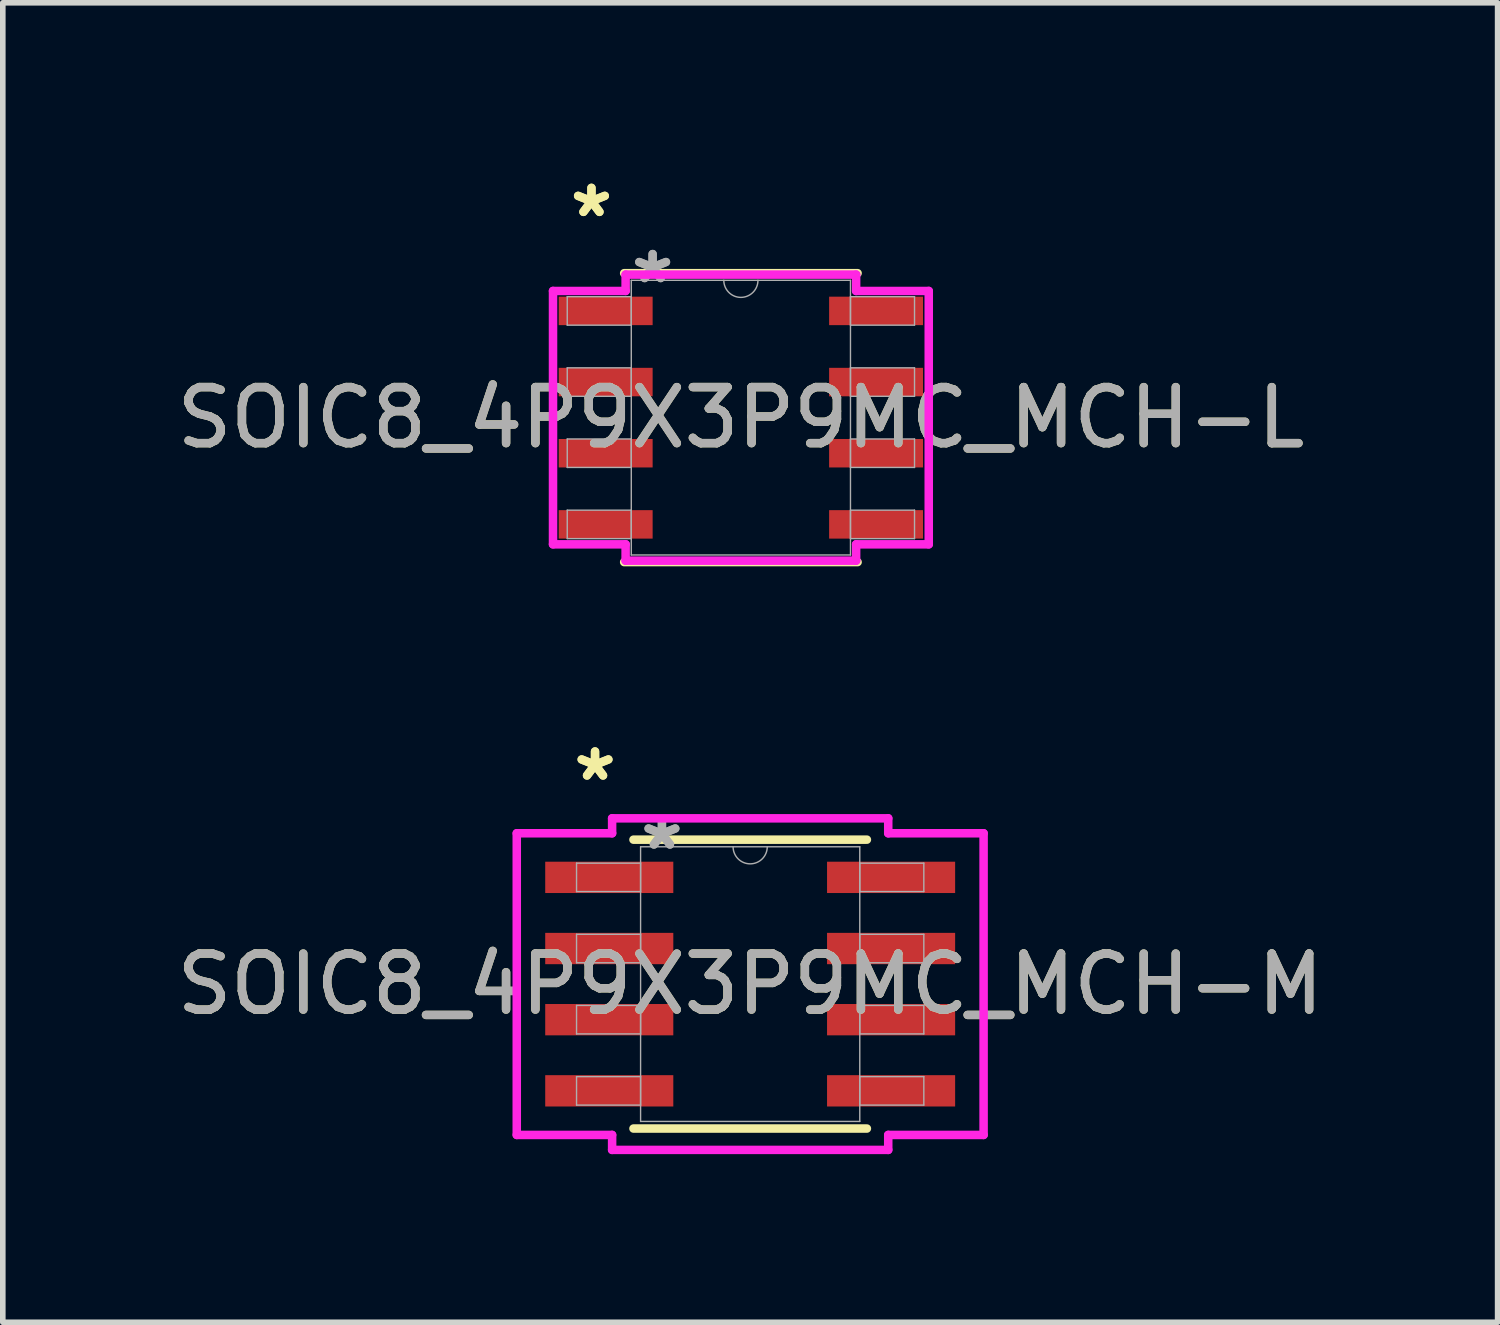
<source format=kicad_pcb>
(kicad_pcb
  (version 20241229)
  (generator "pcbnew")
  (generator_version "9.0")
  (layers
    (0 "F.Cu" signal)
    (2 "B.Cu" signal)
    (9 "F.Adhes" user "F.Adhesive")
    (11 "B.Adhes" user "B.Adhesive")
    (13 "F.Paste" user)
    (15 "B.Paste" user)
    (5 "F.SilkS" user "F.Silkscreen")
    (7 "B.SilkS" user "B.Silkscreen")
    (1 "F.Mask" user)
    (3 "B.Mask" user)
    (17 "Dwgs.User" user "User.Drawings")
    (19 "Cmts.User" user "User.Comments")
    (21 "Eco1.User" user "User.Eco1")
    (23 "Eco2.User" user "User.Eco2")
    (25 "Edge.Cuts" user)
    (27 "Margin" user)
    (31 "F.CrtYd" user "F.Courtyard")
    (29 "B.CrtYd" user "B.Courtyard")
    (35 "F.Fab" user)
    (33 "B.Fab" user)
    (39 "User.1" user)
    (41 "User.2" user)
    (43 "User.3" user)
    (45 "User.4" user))
  (footprint "SOIC8_4P9X3P9MC_MCH-L"
    (layer "F.Cu")
    (at 10.173 4.404)
    (property "Reference" "SOIC8_4P9X3P9MC_MCH-L" (at 0 0 0) (unlocked yes) (layer "F.SilkS") (effects (font (size 1 1) (thickness 0.15))))
    (attr smd)
    (fp_line (start -2.083 2.578) (end 2.083 2.578) (stroke (width 0.152) (type solid)) (layer "F.SilkS"))
    (fp_line (start 2.083 -2.578) (end -2.083 -2.578) (stroke (width 0.152) (type solid)) (layer "F.SilkS"))
    (fp_line (start -3.353 -2.261) (end -2.057 -2.261) (stroke (width 0.152) (type solid)) (layer "F.CrtYd"))
    (fp_line (start -3.353 2.261) (end -3.353 -2.261) (stroke (width 0.152) (type solid)) (layer "F.CrtYd"))
    (fp_line (start -3.353 2.261) (end -2.057 2.261) (stroke (width 0.152) (type solid)) (layer "F.CrtYd"))
    (fp_line (start -2.057 -2.553) (end 2.057 -2.553) (stroke (width 0.152) (type solid)) (layer "F.CrtYd"))
    (fp_line (start -2.057 -2.261) (end -2.057 -2.553) (stroke (width 0.152) (type solid)) (layer "F.CrtYd"))
    (fp_line (start -2.057 2.553) (end -2.057 2.261) (stroke (width 0.152) (type solid)) (layer "F.CrtYd"))
    (fp_line (start 2.057 -2.553) (end 2.057 -2.261) (stroke (width 0.152) (type solid)) (layer "F.CrtYd"))
    (fp_line (start 2.057 2.261) (end 2.057 2.553) (stroke (width 0.152) (type solid)) (layer "F.CrtYd"))
    (fp_line (start 2.057 2.553) (end -2.057 2.553) (stroke (width 0.152) (type solid)) (layer "F.CrtYd"))
    (fp_line (start 3.353 -2.261) (end 2.057 -2.261) (stroke (width 0.152) (type solid)) (layer "F.CrtYd"))
    (fp_line (start 3.353 -2.261) (end 3.353 2.261) (stroke (width 0.152) (type solid)) (layer "F.CrtYd"))
    (fp_line (start 3.353 2.261) (end 2.057 2.261) (stroke (width 0.152) (type solid)) (layer "F.CrtYd"))
    (fp_line (start -3.099 -2.159) (end -3.099 -1.651) (stroke (width 0.025) (type solid)) (layer "F.Fab"))
    (fp_line (start -3.099 -1.651) (end -1.956 -1.651) (stroke (width 0.025) (type solid)) (layer "F.Fab"))
    (fp_line (start -3.099 -0.889) (end -3.099 -0.381) (stroke (width 0.025) (type solid)) (layer "F.Fab"))
    (fp_line (start -3.099 -0.381) (end -1.956 -0.381) (stroke (width 0.025) (type solid)) (layer "F.Fab"))
    (fp_line (start -3.099 0.381) (end -3.099 0.889) (stroke (width 0.025) (type solid)) (layer "F.Fab"))
    (fp_line (start -3.099 0.889) (end -1.956 0.889) (stroke (width 0.025) (type solid)) (layer "F.Fab"))
    (fp_line (start -3.099 1.651) (end -3.099 2.159) (stroke (width 0.025) (type solid)) (layer "F.Fab"))
    (fp_line (start -3.099 2.159) (end -1.956 2.159) (stroke (width 0.025) (type solid)) (layer "F.Fab"))
    (fp_line (start -1.956 -2.451) (end -1.956 2.451) (stroke (width 0.025) (type solid)) (layer "F.Fab"))
    (fp_line (start -1.956 -2.159) (end -3.099 -2.159) (stroke (width 0.025) (type solid)) (layer "F.Fab"))
    (fp_line (start -1.956 -1.651) (end -1.956 -2.159) (stroke (width 0.025) (type solid)) (layer "F.Fab"))
    (fp_line (start -1.956 -0.889) (end -3.099 -0.889) (stroke (width 0.025) (type solid)) (layer "F.Fab"))
    (fp_line (start -1.956 -0.381) (end -1.956 -0.889) (stroke (width 0.025) (type solid)) (layer "F.Fab"))
    (fp_line (start -1.956 0.381) (end -3.099 0.381) (stroke (width 0.025) (type solid)) (layer "F.Fab"))
    (fp_line (start -1.956 0.889) (end -1.956 0.381) (stroke (width 0.025) (type solid)) (layer "F.Fab"))
    (fp_line (start -1.956 1.651) (end -3.099 1.651) (stroke (width 0.025) (type solid)) (layer "F.Fab"))
    (fp_line (start -1.956 2.159) (end -1.956 1.651) (stroke (width 0.025) (type solid)) (layer "F.Fab"))
    (fp_line (start -1.956 2.451) (end 1.956 2.451) (stroke (width 0.025) (type solid)) (layer "F.Fab"))
    (fp_line (start 1.956 -2.451) (end -1.956 -2.451) (stroke (width 0.025) (type solid)) (layer "F.Fab"))
    (fp_line (start 1.956 -2.159) (end 1.956 -1.651) (stroke (width 0.025) (type solid)) (layer "F.Fab"))
    (fp_line (start 1.956 -1.651) (end 3.099 -1.651) (stroke (width 0.025) (type solid)) (layer "F.Fab"))
    (fp_line (start 1.956 -0.889) (end 1.956 -0.381) (stroke (width 0.025) (type solid)) (layer "F.Fab"))
    (fp_line (start 1.956 -0.381) (end 3.099 -0.381) (stroke (width 0.025) (type solid)) (layer "F.Fab"))
    (fp_line (start 1.956 0.381) (end 1.956 0.889) (stroke (width 0.025) (type solid)) (layer "F.Fab"))
    (fp_line (start 1.956 0.889) (end 3.099 0.889) (stroke (width 0.025) (type solid)) (layer "F.Fab"))
    (fp_line (start 1.956 1.651) (end 1.956 2.159) (stroke (width 0.025) (type solid)) (layer "F.Fab"))
    (fp_line (start 1.956 2.159) (end 3.099 2.159) (stroke (width 0.025) (type solid)) (layer "F.Fab"))
    (fp_line (start 1.956 2.451) (end 1.956 -2.451) (stroke (width 0.025) (type solid)) (layer "F.Fab"))
    (fp_line (start 3.099 -2.159) (end 1.956 -2.159) (stroke (width 0.025) (type solid)) (layer "F.Fab"))
    (fp_line (start 3.099 -1.651) (end 3.099 -2.159) (stroke (width 0.025) (type solid)) (layer "F.Fab"))
    (fp_line (start 3.099 -0.889) (end 1.956 -0.889) (stroke (width 0.025) (type solid)) (layer "F.Fab"))
    (fp_line (start 3.099 -0.381) (end 3.099 -0.889) (stroke (width 0.025) (type solid)) (layer "F.Fab"))
    (fp_line (start 3.099 0.381) (end 1.956 0.381) (stroke (width 0.025) (type solid)) (layer "F.Fab"))
    (fp_line (start 3.099 0.889) (end 3.099 0.381) (stroke (width 0.025) (type solid)) (layer "F.Fab"))
    (fp_line (start 3.099 1.651) (end 1.956 1.651) (stroke (width 0.025) (type solid)) (layer "F.Fab"))
    (fp_line (start 3.099 2.159) (end 3.099 1.651) (stroke (width 0.025) (type solid)) (layer "F.Fab"))
    (fp_arc (start 0.3048 -2.4511) (mid 0 -2.1463) (end -0.3048 -2.4511) (stroke (width 0.0254) (type solid)) (layer "F.Fab"))
    (fp_text user "*" (at -2.667 -3.556 0) (unlocked yes) (layer "F.SilkS") (effects (font (size 1 1) (thickness 0.15))))
    (fp_text user "*" (at -2.667 -3.556 0) (layer "F.SilkS") (effects (font (size 1 1) (thickness 0.15))))
    (fp_text user "${REFERENCE}" (at 0 0 0) (unlocked yes) (layer "F.Fab") (effects (font (size 1 1) (thickness 0.15))))
    (fp_text user "*" (at -1.575 -2.375 0) (layer "F.Fab") (effects (font (size 1 1) (thickness 0.15))))
    (fp_text user "*" (at -1.575 -2.375 0) (unlocked yes) (layer "F.Fab") (effects (font (size 1 1) (thickness 0.15))))
    (pad "1" smd rect (at -2.413 -1.905) (size 1.676 0.508) (layers "F.Cu" "F.Mask" "F.Paste"))
    (pad "2" smd rect (at -2.413 -0.635) (size 1.676 0.508) (layers "F.Cu" "F.Mask" "F.Paste"))
    (pad "3" smd rect (at -2.413 0.635) (size 1.676 0.508) (layers "F.Cu" "F.Mask" "F.Paste"))
    (pad "4" smd rect (at -2.413 1.905) (size 1.676 0.508) (layers "F.Cu" "F.Mask" "F.Paste"))
    (pad "5" smd rect (at 2.413 1.905) (size 1.676 0.508) (layers "F.Cu" "F.Mask" "F.Paste"))
    (pad "6" smd rect (at 2.413 0.635) (size 1.676 0.508) (layers "F.Cu" "F.Mask" "F.Paste"))
    (pad "7" smd rect (at 2.413 -0.635) (size 1.676 0.508) (layers "F.Cu" "F.Mask" "F.Paste"))
    (pad "8" smd rect (at 2.413 -1.905) (size 1.676 0.508) (layers "F.Cu" "F.Mask" "F.Paste")))
  (footprint "SOIC8_4P9X3P9MC_MCH-M"
    (layer "F.Cu")
    (at 10.339 14.514)
    (property "Reference" "SOIC8_4P9X3P9MC_MCH-M" (at 0 0 0) (unlocked yes) (layer "F.SilkS") (effects (font (size 1 1) (thickness 0.15))))
    (attr smd)
    (fp_line (start -2.083 2.578) (end 2.083 2.578) (stroke (width 0.152) (type solid)) (layer "F.SilkS"))
    (fp_line (start 2.083 -2.578) (end -2.083 -2.578) (stroke (width 0.152) (type solid)) (layer "F.SilkS"))
    (fp_line (start -4.166 -2.692) (end -2.464 -2.692) (stroke (width 0.152) (type solid)) (layer "F.CrtYd"))
    (fp_line (start -4.166 2.692) (end -4.166 -2.692) (stroke (width 0.152) (type solid)) (layer "F.CrtYd"))
    (fp_line (start -4.166 2.692) (end -2.464 2.692) (stroke (width 0.152) (type solid)) (layer "F.CrtYd"))
    (fp_line (start -2.464 -2.959) (end 2.464 -2.959) (stroke (width 0.152) (type solid)) (layer "F.CrtYd"))
    (fp_line (start -2.464 -2.692) (end -2.464 -2.959) (stroke (width 0.152) (type solid)) (layer "F.CrtYd"))
    (fp_line (start -2.464 2.959) (end -2.464 2.692) (stroke (width 0.152) (type solid)) (layer "F.CrtYd"))
    (fp_line (start 2.464 -2.959) (end 2.464 -2.692) (stroke (width 0.152) (type solid)) (layer "F.CrtYd"))
    (fp_line (start 2.464 2.692) (end 2.464 2.959) (stroke (width 0.152) (type solid)) (layer "F.CrtYd"))
    (fp_line (start 2.464 2.959) (end -2.464 2.959) (stroke (width 0.152) (type solid)) (layer "F.CrtYd"))
    (fp_line (start 4.166 -2.692) (end 2.464 -2.692) (stroke (width 0.152) (type solid)) (layer "F.CrtYd"))
    (fp_line (start 4.166 -2.692) (end 4.166 2.692) (stroke (width 0.152) (type solid)) (layer "F.CrtYd"))
    (fp_line (start 4.166 2.692) (end 2.464 2.692) (stroke (width 0.152) (type solid)) (layer "F.CrtYd"))
    (fp_line (start -3.099 -2.159) (end -3.099 -1.651) (stroke (width 0.025) (type solid)) (layer "F.Fab"))
    (fp_line (start -3.099 -1.651) (end -1.956 -1.651) (stroke (width 0.025) (type solid)) (layer "F.Fab"))
    (fp_line (start -3.099 -0.889) (end -3.099 -0.381) (stroke (width 0.025) (type solid)) (layer "F.Fab"))
    (fp_line (start -3.099 -0.381) (end -1.956 -0.381) (stroke (width 0.025) (type solid)) (layer "F.Fab"))
    (fp_line (start -3.099 0.381) (end -3.099 0.889) (stroke (width 0.025) (type solid)) (layer "F.Fab"))
    (fp_line (start -3.099 0.889) (end -1.956 0.889) (stroke (width 0.025) (type solid)) (layer "F.Fab"))
    (fp_line (start -3.099 1.651) (end -3.099 2.159) (stroke (width 0.025) (type solid)) (layer "F.Fab"))
    (fp_line (start -3.099 2.159) (end -1.956 2.159) (stroke (width 0.025) (type solid)) (layer "F.Fab"))
    (fp_line (start -1.956 -2.451) (end -1.956 2.451) (stroke (width 0.025) (type solid)) (layer "F.Fab"))
    (fp_line (start -1.956 -2.159) (end -3.099 -2.159) (stroke (width 0.025) (type solid)) (layer "F.Fab"))
    (fp_line (start -1.956 -1.651) (end -1.956 -2.159) (stroke (width 0.025) (type solid)) (layer "F.Fab"))
    (fp_line (start -1.956 -0.889) (end -3.099 -0.889) (stroke (width 0.025) (type solid)) (layer "F.Fab"))
    (fp_line (start -1.956 -0.381) (end -1.956 -0.889) (stroke (width 0.025) (type solid)) (layer "F.Fab"))
    (fp_line (start -1.956 0.381) (end -3.099 0.381) (stroke (width 0.025) (type solid)) (layer "F.Fab"))
    (fp_line (start -1.956 0.889) (end -1.956 0.381) (stroke (width 0.025) (type solid)) (layer "F.Fab"))
    (fp_line (start -1.956 1.651) (end -3.099 1.651) (stroke (width 0.025) (type solid)) (layer "F.Fab"))
    (fp_line (start -1.956 2.159) (end -1.956 1.651) (stroke (width 0.025) (type solid)) (layer "F.Fab"))
    (fp_line (start -1.956 2.451) (end 1.956 2.451) (stroke (width 0.025) (type solid)) (layer "F.Fab"))
    (fp_line (start 1.956 -2.451) (end -1.956 -2.451) (stroke (width 0.025) (type solid)) (layer "F.Fab"))
    (fp_line (start 1.956 -2.159) (end 1.956 -1.651) (stroke (width 0.025) (type solid)) (layer "F.Fab"))
    (fp_line (start 1.956 -1.651) (end 3.099 -1.651) (stroke (width 0.025) (type solid)) (layer "F.Fab"))
    (fp_line (start 1.956 -0.889) (end 1.956 -0.381) (stroke (width 0.025) (type solid)) (layer "F.Fab"))
    (fp_line (start 1.956 -0.381) (end 3.099 -0.381) (stroke (width 0.025) (type solid)) (layer "F.Fab"))
    (fp_line (start 1.956 0.381) (end 1.956 0.889) (stroke (width 0.025) (type solid)) (layer "F.Fab"))
    (fp_line (start 1.956 0.889) (end 3.099 0.889) (stroke (width 0.025) (type solid)) (layer "F.Fab"))
    (fp_line (start 1.956 1.651) (end 1.956 2.159) (stroke (width 0.025) (type solid)) (layer "F.Fab"))
    (fp_line (start 1.956 2.159) (end 3.099 2.159) (stroke (width 0.025) (type solid)) (layer "F.Fab"))
    (fp_line (start 1.956 2.451) (end 1.956 -2.451) (stroke (width 0.025) (type solid)) (layer "F.Fab"))
    (fp_line (start 3.099 -2.159) (end 1.956 -2.159) (stroke (width 0.025) (type solid)) (layer "F.Fab"))
    (fp_line (start 3.099 -1.651) (end 3.099 -2.159) (stroke (width 0.025) (type solid)) (layer "F.Fab"))
    (fp_line (start 3.099 -0.889) (end 1.956 -0.889) (stroke (width 0.025) (type solid)) (layer "F.Fab"))
    (fp_line (start 3.099 -0.381) (end 3.099 -0.889) (stroke (width 0.025) (type solid)) (layer "F.Fab"))
    (fp_line (start 3.099 0.381) (end 1.956 0.381) (stroke (width 0.025) (type solid)) (layer "F.Fab"))
    (fp_line (start 3.099 0.889) (end 3.099 0.381) (stroke (width 0.025) (type solid)) (layer "F.Fab"))
    (fp_line (start 3.099 1.651) (end 1.956 1.651) (stroke (width 0.025) (type solid)) (layer "F.Fab"))
    (fp_line (start 3.099 2.159) (end 3.099 1.651) (stroke (width 0.025) (type solid)) (layer "F.Fab"))
    (fp_arc (start 0.3048 -2.4511) (mid 0 -2.1463) (end -0.3048 -2.4511) (stroke (width 0.0254) (type solid)) (layer "F.Fab"))
    (fp_text user "*" (at -2.769 -3.607 0) (layer "F.SilkS") (effects (font (size 1 1) (thickness 0.15))))
    (fp_text user "*" (at -2.769 -3.607 0) (unlocked yes) (layer "F.SilkS") (effects (font (size 1 1) (thickness 0.15))))
    (fp_text user "*" (at -1.575 -2.375 0) (layer "F.Fab") (effects (font (size 1 1) (thickness 0.15))))
    (fp_text user "${REFERENCE}" (at 0 0 0) (unlocked yes) (layer "F.Fab") (effects (font (size 1 1) (thickness 0.15))))
    (fp_text user "*" (at -1.575 -2.375 0) (unlocked yes) (layer "F.Fab") (effects (font (size 1 1) (thickness 0.15))))
    (pad "1" smd rect (at -2.515 -1.905) (size 2.286 0.559) (layers "F.Cu" "F.Mask" "F.Paste"))
    (pad "2" smd rect (at -2.515 -0.635) (size 2.286 0.559) (layers "F.Cu" "F.Mask" "F.Paste"))
    (pad "3" smd rect (at -2.515 0.635) (size 2.286 0.559) (layers "F.Cu" "F.Mask" "F.Paste"))
    (pad "4" smd rect (at -2.515 1.905) (size 2.286 0.559) (layers "F.Cu" "F.Mask" "F.Paste"))
    (pad "5" smd rect (at 2.515 1.905) (size 2.286 0.559) (layers "F.Cu" "F.Mask" "F.Paste"))
    (pad "6" smd rect (at 2.515 0.635) (size 2.286 0.559) (layers "F.Cu" "F.Mask" "F.Paste"))
    (pad "7" smd rect (at 2.515 -0.635) (size 2.286 0.559) (layers "F.Cu" "F.Mask" "F.Paste"))
    (pad "8" smd rect (at 2.515 -1.905) (size 2.286 0.559) (layers "F.Cu" "F.Mask" "F.Paste")))
  (gr_rect
    (start -3 -3)
    (end 23.679 20.549)
    (stroke (width 0.1) (type default))
    (fill no)
    (layer "Edge.Cuts")))
</source>
